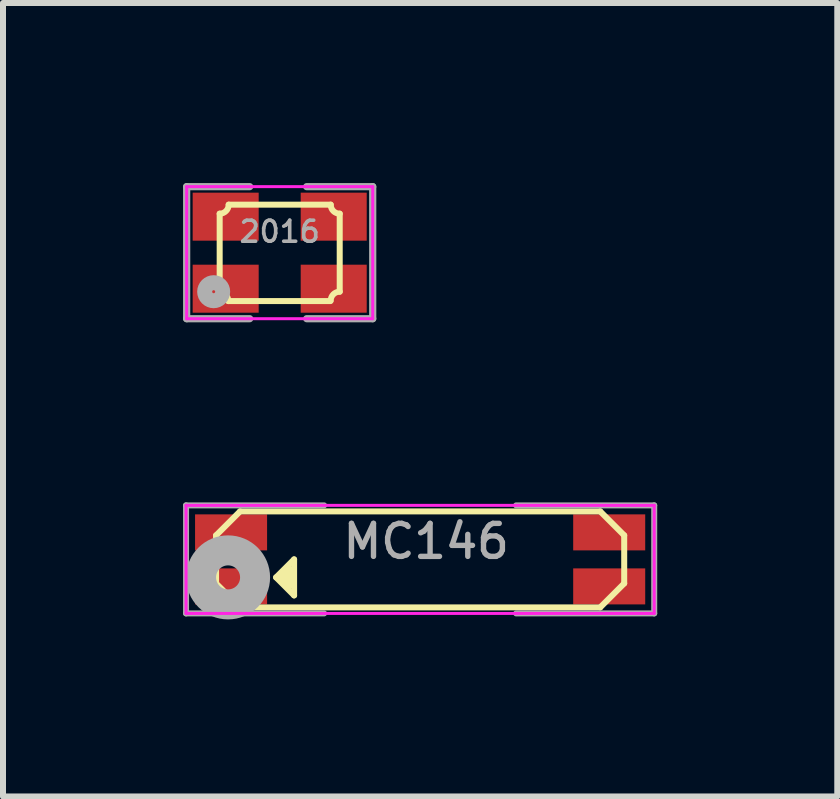
<source format=kicad_pcb>
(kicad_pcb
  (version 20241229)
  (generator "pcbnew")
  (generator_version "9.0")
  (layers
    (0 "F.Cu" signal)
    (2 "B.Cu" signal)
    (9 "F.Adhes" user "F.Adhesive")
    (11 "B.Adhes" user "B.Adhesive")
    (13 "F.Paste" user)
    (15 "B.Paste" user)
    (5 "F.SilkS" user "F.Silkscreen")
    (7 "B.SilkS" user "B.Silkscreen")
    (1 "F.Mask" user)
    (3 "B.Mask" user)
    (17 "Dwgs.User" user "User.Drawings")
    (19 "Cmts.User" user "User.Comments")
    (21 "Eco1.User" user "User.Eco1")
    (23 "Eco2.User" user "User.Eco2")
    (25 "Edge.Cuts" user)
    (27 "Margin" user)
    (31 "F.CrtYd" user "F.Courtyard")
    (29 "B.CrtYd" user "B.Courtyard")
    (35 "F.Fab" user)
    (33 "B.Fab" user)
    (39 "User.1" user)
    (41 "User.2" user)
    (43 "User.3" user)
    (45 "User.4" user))
  (footprint "MC146"
    (layer "F.Cu")
    (at 3.95 6.27)
    (property "Reference" "MC146" (at 0.1 -0.3 0) (layer "F.Fab") (effects (font (size 0.55 0.55) (thickness 0.09))))
    (attr smd)
    (fp_line (start -3.4 -0.4) (end -3 -0.8) (stroke (width 0.1) (type solid)) (layer "F.SilkS"))
    (fp_line (start -3.4 0.4) (end -3.4 -0.4) (stroke (width 0.1) (type solid)) (layer "F.SilkS"))
    (fp_line (start -3 -0.8) (end 3 -0.8) (stroke (width 0.1) (type solid)) (layer "F.SilkS"))
    (fp_line (start -3 0.8) (end -3.4 0.4) (stroke (width 0.1) (type solid)) (layer "F.SilkS"))
    (fp_line (start -2.4 0.3) (end -2.1 0) (stroke (width 0.1) (type solid)) (layer "F.SilkS"))
    (fp_line (start -2.2 0.2) (end -2.2 0.4) (stroke (width 0.2) (type solid)) (layer "F.SilkS"))
    (fp_line (start -2.2 0.3) (end -2.3 0.3) (stroke (width 0.2) (type solid)) (layer "F.SilkS"))
    (fp_line (start -2.1 0) (end -2.1 0.6) (stroke (width 0.1) (type solid)) (layer "F.SilkS"))
    (fp_line (start -2.1 0.6) (end -2.4 0.3) (stroke (width 0.1) (type solid)) (layer "F.SilkS"))
    (fp_line (start 3 -0.8) (end 3.4 -0.4) (stroke (width 0.1) (type solid)) (layer "F.SilkS"))
    (fp_line (start 3 0.8) (end -3 0.8) (stroke (width 0.1) (type solid)) (layer "F.SilkS"))
    (fp_line (start 3.4 -0.4) (end 3.4 0.4) (stroke (width 0.1) (type solid)) (layer "F.SilkS"))
    (fp_line (start 3.4 0.4) (end 3 0.8) (stroke (width 0.1) (type solid)) (layer "F.SilkS"))
    (fp_line (start -3.9 -0.9) (end 3.9 -0.9) (stroke (width 0.05) (type solid)) (layer "F.CrtYd"))
    (fp_line (start -3.9 0.9) (end -3.9 -0.9) (stroke (width 0.05) (type solid)) (layer "F.CrtYd"))
    (fp_line (start 3.9 -0.9) (end 3.9 0.9) (stroke (width 0.05) (type solid)) (layer "F.CrtYd"))
    (fp_line (start 3.9 0.9) (end -3.9 0.9) (stroke (width 0.05) (type solid)) (layer "F.CrtYd"))
    (fp_line (start -3.9 -0.9) (end -3.9 0.9) (stroke (width 0.1) (type solid)) (layer "F.Fab"))
    (fp_line (start -3.9 0.9) (end -1.6 0.9) (stroke (width 0.1) (type solid)) (layer "F.Fab"))
    (fp_line (start -1.6 -0.9) (end -3.9 -0.9) (stroke (width 0.1) (type solid)) (layer "F.Fab"))
    (fp_line (start 1.6 0.9) (end 3.9 0.9) (stroke (width 0.1) (type solid)) (layer "F.Fab"))
    (fp_line (start 3.9 -0.9) (end 1.6 -0.9) (stroke (width 0.1) (type solid)) (layer "F.Fab"))
    (fp_line (start 3.9 0.9) (end 3.9 -0.9) (stroke (width 0.1) (type solid)) (layer "F.Fab"))
    (fp_circle (center -3.2 0.3) (end -3 0.3) (stroke (width 0.5) (type solid)) (fill no) (layer "F.Fab"))
    (pad "1" smd rect (at -3.15 0.45) (size 1.2 0.6) (layers "F.Cu" "F.Mask" "F.Paste"))
    (pad "2" smd rect (at -3.15 -0.45) (size 1.2 0.6) (layers "F.Cu" "F.Mask" "F.Paste"))
    (pad "3" smd rect (at 3.15 -0.45) (size 1.2 0.6) (layers "F.Cu" "F.Mask" "F.Paste"))
    (pad "3" smd rect (at 3.15 0.45) (size 1.2 0.6) (layers "F.Cu" "F.Mask" "F.Paste")))
  (footprint "2016"
    (layer "F.Cu")
    (at 1.61 1.16)
    (property "Reference" "2016" (at 0 -0.35 180) (layer "F.Fab") (effects (font (size 0.35 0.35) (thickness 0.06))))
    (attr smd)
    (fp_line (start -1 -0.65) (end -1 0.65) (stroke (width 0.1) (type solid)) (layer "F.SilkS"))
    (fp_line (start -0.856 0.806) (end 0.844 0.806) (stroke (width 0.1) (type solid)) (layer "F.SilkS"))
    (fp_line (start -0.85 -0.8) (end 0.85 -0.8) (stroke (width 0.1) (type solid)) (layer "F.SilkS"))
    (fp_line (start 1 -0.65) (end 1 0.65) (stroke (width 0.1) (type solid)) (layer "F.SilkS"))
    (fp_arc (start -1.006066 0.656066) (mid -0.9 0.7) (end -0.856066 0.806066) (stroke (width 0.1) (type default)) (layer "F.SilkS"))
    (fp_arc (start -0.85 -0.8) (mid -0.893934 -0.693934) (end -1 -0.65) (stroke (width 0.1) (type default)) (layer "F.SilkS"))
    (fp_arc (start 0.850001 0.8) (mid 0.893935 0.693934) (end 1.000001 0.65) (stroke (width 0.1) (type default)) (layer "F.SilkS"))
    (fp_arc (start 1 -0.65) (mid 0.893934 -0.693934) (end 0.85 -0.8) (stroke (width 0.1) (type default)) (layer "F.SilkS"))
    (fp_line (start -1.55 1.1) (end -1.55 -1.1) (stroke (width 0.05) (type solid)) (layer "F.CrtYd"))
    (fp_line (start 1.55 -1.1) (end -1.55 -1.1) (stroke (width 0.05) (type solid)) (layer "F.CrtYd"))
    (fp_line (start 1.55 1.1) (end -1.55 1.1) (stroke (width 0.05) (type solid)) (layer "F.CrtYd"))
    (fp_line (start 1.55 1.1) (end 1.55 -1.1) (stroke (width 0.05) (type solid)) (layer "F.CrtYd"))
    (fp_line (start -1.55 -1.1) (end -1.55 1.1) (stroke (width 0.12) (type solid)) (layer "F.Fab"))
    (fp_line (start -1.55 -1.1) (end -0.5 -1.1) (stroke (width 0.12) (type solid)) (layer "F.Fab"))
    (fp_line (start -1.55 1.1) (end -0.5 1.1) (stroke (width 0.12) (type solid)) (layer "F.Fab"))
    (fp_line (start 0.45 -1.1) (end 1.55 -1.1) (stroke (width 0.12) (type solid)) (layer "F.Fab"))
    (fp_line (start 0.45 1.1) (end 1.55 1.1) (stroke (width 0.12) (type solid)) (layer "F.Fab"))
    (fp_line (start 1.55 -1.1) (end 1.55 1.1) (stroke (width 0.12) (type solid)) (layer "F.Fab"))
    (fp_circle (center -1.1 0.65) (end -0.95 0.65) (stroke (width 0.25) (type solid)) (fill no) (layer "F.Fab"))
    (pad "1" smd rect (at -0.9 0.6) (size 1.1 0.8) (layers "F.Cu" "F.Mask" "F.Paste"))
    (pad "2" smd rect (at 0.9 -0.6) (size 1.1 0.8) (layers "F.Cu" "F.Mask" "F.Paste"))
    (pad "3" smd rect (at -0.9 -0.6) (size 1.1 0.8) (layers "F.Cu" "F.Mask" "F.Paste"))
    (pad "3" smd rect (at 0.9 0.6) (size 1.1 0.8) (layers "F.Cu" "F.Mask" "F.Paste")))
  (gr_rect
    (start -3 -3)
    (end 10.9 10.22)
    (stroke (width 0.1) (type default))
    (fill no)
    (layer "Edge.Cuts")))
</source>
